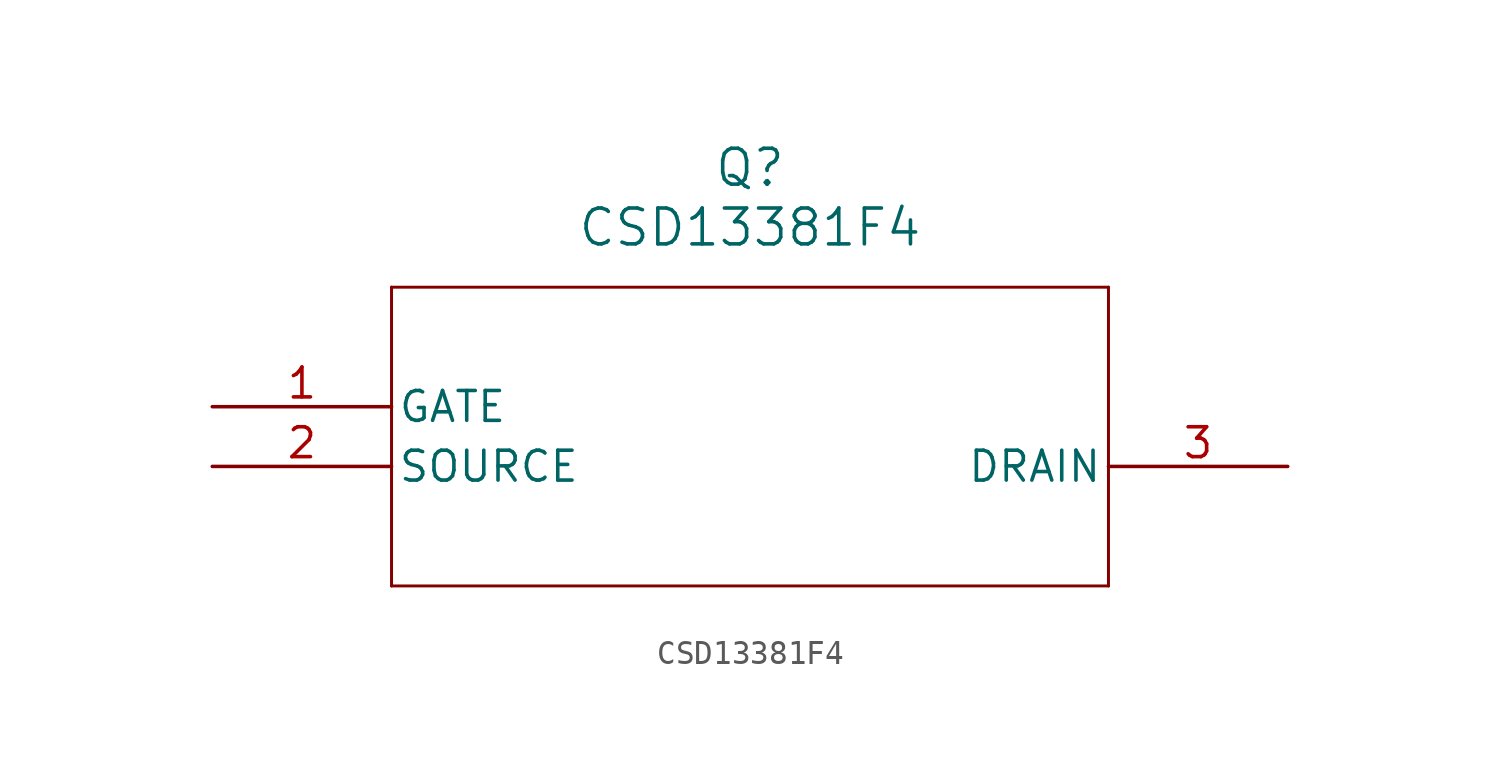
<source format=kicad_sym>
(kicad_symbol_lib
  (version 20211014)
  (generator kicad_symbol_editor)
  (symbol "CSD13381F4"
    (pin_names
      (offset 0.254))
    (property "Reference" "Q"
      (at 22.86 10.16 0)
      (effects (font (size 1.524 1.524))))
    (property "Value" "CSD13381F4"
      (at 22.86 7.62 0)
      (effects (font (size 1.524 1.524))))
    (symbol "CSD13381F4_0_1"
      (polyline (pts (xy 7.62 5.08) (xy 7.62 -7.62)) (stroke (width 0.127) (type default) (color 0 0 0 0)) (fill (type none)))
      (polyline (pts (xy 7.62 -7.62) (xy 38.1 -7.62)) (stroke (width 0.127) (type default) (color 0 0 0 0)) (fill (type none)))
      (polyline (pts (xy 38.1 -7.62) (xy 38.1 5.08)) (stroke (width 0.127) (type default) (color 0 0 0 0)) (fill (type none)))
      (polyline (pts (xy 38.1 5.08) (xy 7.62 5.08)) (stroke (width 0.127) (type default) (color 0 0 0 0)) (fill (type none)))
      (pin unspecified line (at 0 0 0) (length 7.62) (name "GATE" (effects (font (size 1.27 1.27)))) (number "1" (effects (font (size 1.27 1.27)))))
      (pin unspecified line (at 0 -2.54 0) (length 7.62) (name "SOURCE" (effects (font (size 1.27 1.27)))) (number "2" (effects (font (size 1.27 1.27)))))
      (pin unspecified line (at 45.72 -2.54 180) (length 7.62) (name "DRAIN" (effects (font (size 1.27 1.27)))) (number "3" (effects (font (size 1.27 1.27))))))))
</source>
